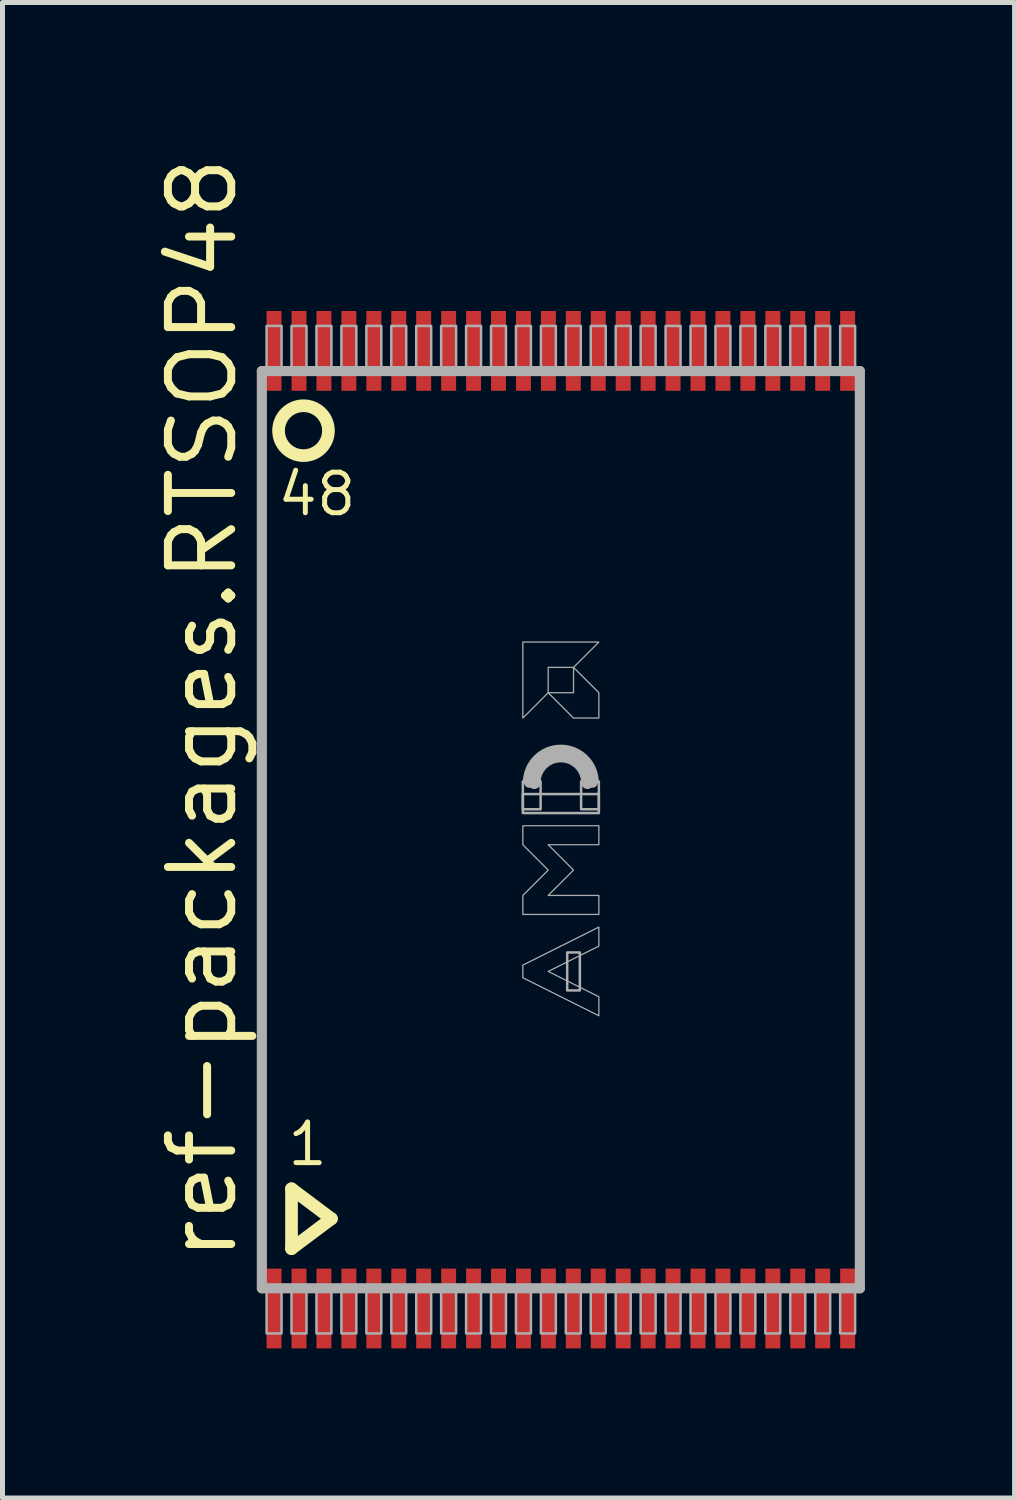
<source format=kicad_pcb>
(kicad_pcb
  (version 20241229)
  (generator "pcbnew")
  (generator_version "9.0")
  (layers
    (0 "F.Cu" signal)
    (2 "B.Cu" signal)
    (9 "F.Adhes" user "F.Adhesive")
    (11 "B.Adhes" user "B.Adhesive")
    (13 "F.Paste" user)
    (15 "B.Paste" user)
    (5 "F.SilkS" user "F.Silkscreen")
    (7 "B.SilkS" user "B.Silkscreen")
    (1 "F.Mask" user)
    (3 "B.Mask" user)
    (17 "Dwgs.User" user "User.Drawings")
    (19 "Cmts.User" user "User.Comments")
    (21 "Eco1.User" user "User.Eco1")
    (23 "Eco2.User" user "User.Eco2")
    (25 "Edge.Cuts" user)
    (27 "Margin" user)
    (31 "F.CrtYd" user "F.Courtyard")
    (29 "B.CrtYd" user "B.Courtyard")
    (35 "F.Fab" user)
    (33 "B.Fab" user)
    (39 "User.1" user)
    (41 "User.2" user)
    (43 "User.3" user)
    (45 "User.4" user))
  (footprint "ref-packages.RTSOP48"
    (layer "F.Cu")
    (at 8.195 13.585)
    (property "Reference" "ref-packages.RTSOP48" (at -6.445 8.715 90) (layer "F.SilkS") (effects (font (size 1.27 1.27) (thickness 0.16)) (justify left bottom)))
    (attr smd)
    (fp_line (start -5.4 7.2) (end -4.6 7.8) (stroke (width 0.254) (type default)) (layer "F.SilkS"))
    (fp_line (start -5.4 8.4) (end -5.4 7.2) (stroke (width 0.254) (type default)) (layer "F.SilkS"))
    (fp_line (start -4.6 7.8) (end -5.4 8.4) (stroke (width 0.254) (type default)) (layer "F.SilkS"))
    (fp_circle (center -5.16 -8) (end -4.66 -8) (stroke (width 0.254) (type default)) (fill no) (layer "F.SilkS"))
    (fp_line (start -5.995 -9.195) (end 5.995 -9.195) (stroke (width 0.203) (type default)) (layer "F.Fab"))
    (fp_line (start -5.995 9.195) (end -5.995 -9.195) (stroke (width 0.203) (type default)) (layer "F.Fab"))
    (fp_line (start 5.995 -9.195) (end 5.995 9.195) (stroke (width 0.203) (type default)) (layer "F.Fab"))
    (fp_line (start 5.995 9.195) (end -5.995 9.195) (stroke (width 0.203) (type default)) (layer "F.Fab"))
    (fp_rect (start -5.9 -9.25) (end -5.6 -10.1) (stroke (width 0.05) (type default)) (fill no) (layer "F.Fab"))
    (fp_rect (start -5.9 10.1) (end -5.6 9.25) (stroke (width 0.05) (type default)) (fill no) (layer "F.Fab"))
    (fp_rect (start -5.4 -9.25) (end -5.1 -10.1) (stroke (width 0.05) (type default)) (fill no) (layer "F.Fab"))
    (fp_rect (start -5.4 10.1) (end -5.1 9.25) (stroke (width 0.05) (type default)) (fill no) (layer "F.Fab"))
    (fp_rect (start -4.9 -9.25) (end -4.6 -10.1) (stroke (width 0.05) (type default)) (fill no) (layer "F.Fab"))
    (fp_rect (start -4.9 10.1) (end -4.6 9.25) (stroke (width 0.05) (type default)) (fill no) (layer "F.Fab"))
    (fp_rect (start -4.4 -9.25) (end -4.1 -10.1) (stroke (width 0.05) (type default)) (fill no) (layer "F.Fab"))
    (fp_rect (start -4.4 10.1) (end -4.1 9.25) (stroke (width 0.05) (type default)) (fill no) (layer "F.Fab"))
    (fp_rect (start -3.9 -9.25) (end -3.6 -10.1) (stroke (width 0.05) (type default)) (fill no) (layer "F.Fab"))
    (fp_rect (start -3.9 10.1) (end -3.6 9.25) (stroke (width 0.05) (type default)) (fill no) (layer "F.Fab"))
    (fp_rect (start -3.4 -9.25) (end -3.1 -10.1) (stroke (width 0.05) (type default)) (fill no) (layer "F.Fab"))
    (fp_rect (start -3.4 10.1) (end -3.1 9.25) (stroke (width 0.05) (type default)) (fill no) (layer "F.Fab"))
    (fp_rect (start -2.9 -9.25) (end -2.6 -10.1) (stroke (width 0.05) (type default)) (fill no) (layer "F.Fab"))
    (fp_rect (start -2.9 10.1) (end -2.6 9.25) (stroke (width 0.05) (type default)) (fill no) (layer "F.Fab"))
    (fp_rect (start -2.4 -9.25) (end -2.1 -10.1) (stroke (width 0.05) (type default)) (fill no) (layer "F.Fab"))
    (fp_rect (start -2.4 10.1) (end -2.1 9.25) (stroke (width 0.05) (type default)) (fill no) (layer "F.Fab"))
    (fp_rect (start -1.9 -9.25) (end -1.6 -10.1) (stroke (width 0.05) (type default)) (fill no) (layer "F.Fab"))
    (fp_rect (start -1.9 10.1) (end -1.6 9.25) (stroke (width 0.05) (type default)) (fill no) (layer "F.Fab"))
    (fp_rect (start -1.4 -9.25) (end -1.1 -10.1) (stroke (width 0.05) (type default)) (fill no) (layer "F.Fab"))
    (fp_rect (start -1.4 10.1) (end -1.1 9.25) (stroke (width 0.05) (type default)) (fill no) (layer "F.Fab"))
    (fp_rect (start -0.9 -9.25) (end -0.6 -10.1) (stroke (width 0.05) (type default)) (fill no) (layer "F.Fab"))
    (fp_rect (start -0.9 10.1) (end -0.6 9.25) (stroke (width 0.05) (type default)) (fill no) (layer "F.Fab"))
    (fp_rect (start -0.762 -0.409) (end -0.406 -0.968) (stroke (width 0.05) (type default)) (fill no) (layer "F.Fab"))
    (fp_rect (start -0.762 -0.333) (end 0.762 -0.714) (stroke (width 0.05) (type default)) (fill no) (layer "F.Fab"))
    (fp_rect (start -0.4 -9.25) (end -0.1 -10.1) (stroke (width 0.05) (type default)) (fill no) (layer "F.Fab"))
    (fp_rect (start -0.4 10.1) (end -0.1 9.25) (stroke (width 0.05) (type default)) (fill no) (layer "F.Fab"))
    (fp_rect (start 0.1 -9.25) (end 0.4 -10.1) (stroke (width 0.05) (type default)) (fill no) (layer "F.Fab"))
    (fp_rect (start 0.1 10.1) (end 0.4 9.25) (stroke (width 0.05) (type default)) (fill no) (layer "F.Fab"))
    (fp_rect (start 0.127 3.223) (end 0.381 2.461) (stroke (width 0.05) (type default)) (fill no) (layer "F.Fab"))
    (fp_rect (start 0.406 -0.409) (end 0.762 -0.968) (stroke (width 0.05) (type default)) (fill no) (layer "F.Fab"))
    (fp_rect (start 0.6 -9.25) (end 0.9 -10.1) (stroke (width 0.05) (type default)) (fill no) (layer "F.Fab"))
    (fp_rect (start 0.6 10.1) (end 0.9 9.25) (stroke (width 0.05) (type default)) (fill no) (layer "F.Fab"))
    (fp_rect (start 1.1 -9.25) (end 1.4 -10.1) (stroke (width 0.05) (type default)) (fill no) (layer "F.Fab"))
    (fp_rect (start 1.1 10.1) (end 1.4 9.25) (stroke (width 0.05) (type default)) (fill no) (layer "F.Fab"))
    (fp_rect (start 1.6 -9.25) (end 1.9 -10.1) (stroke (width 0.05) (type default)) (fill no) (layer "F.Fab"))
    (fp_rect (start 1.6 10.1) (end 1.9 9.25) (stroke (width 0.05) (type default)) (fill no) (layer "F.Fab"))
    (fp_rect (start 2.1 -9.25) (end 2.4 -10.1) (stroke (width 0.05) (type default)) (fill no) (layer "F.Fab"))
    (fp_rect (start 2.1 10.1) (end 2.4 9.25) (stroke (width 0.05) (type default)) (fill no) (layer "F.Fab"))
    (fp_rect (start 2.6 -9.25) (end 2.9 -10.1) (stroke (width 0.05) (type default)) (fill no) (layer "F.Fab"))
    (fp_rect (start 2.6 10.1) (end 2.9 9.25) (stroke (width 0.05) (type default)) (fill no) (layer "F.Fab"))
    (fp_rect (start 3.1 -9.25) (end 3.4 -10.1) (stroke (width 0.05) (type default)) (fill no) (layer "F.Fab"))
    (fp_rect (start 3.1 10.1) (end 3.4 9.25) (stroke (width 0.05) (type default)) (fill no) (layer "F.Fab"))
    (fp_rect (start 3.6 -9.25) (end 3.9 -10.1) (stroke (width 0.05) (type default)) (fill no) (layer "F.Fab"))
    (fp_rect (start 3.6 10.1) (end 3.9 9.25) (stroke (width 0.05) (type default)) (fill no) (layer "F.Fab"))
    (fp_rect (start 4.1 -9.25) (end 4.4 -10.1) (stroke (width 0.05) (type default)) (fill no) (layer "F.Fab"))
    (fp_rect (start 4.1 10.1) (end 4.4 9.25) (stroke (width 0.05) (type default)) (fill no) (layer "F.Fab"))
    (fp_rect (start 4.6 -9.25) (end 4.9 -10.1) (stroke (width 0.05) (type default)) (fill no) (layer "F.Fab"))
    (fp_rect (start 4.6 10.1) (end 4.9 9.25) (stroke (width 0.05) (type default)) (fill no) (layer "F.Fab"))
    (fp_rect (start 5.1 -9.25) (end 5.4 -10.1) (stroke (width 0.05) (type default)) (fill no) (layer "F.Fab"))
    (fp_rect (start 5.1 10.1) (end 5.4 9.25) (stroke (width 0.05) (type default)) (fill no) (layer "F.Fab"))
    (fp_rect (start 5.6 -9.25) (end 5.9 -10.1) (stroke (width 0.05) (type default)) (fill no) (layer "F.Fab"))
    (fp_rect (start 5.6 10.1) (end 5.9 9.25) (stroke (width 0.05) (type default)) (fill no) (layer "F.Fab"))
    (fp_arc (start -0.7366 -0.9426) (mid 0 -1.6792) (end 0.7366 -0.9426) (stroke (width 0.0508) (type default)) (layer "F.Fab"))
    (fp_arc (start -0.635 -0.9426) (mid 0 -1.5776) (end 0.635 -0.9426) (stroke (width 0.2032) (type default)) (layer "F.Fab"))
    (fp_arc (start -0.5334 -0.9426) (mid 0 -1.476) (end 0.5334 -0.9426) (stroke (width 0.254) (type default)) (layer "F.Fab"))
    (fp_poly (pts (xy -0.762 -2.238) (xy -0.762 -3.762) (xy 0.762 -3.762) (xy 0.254 -3.254) (xy -0.254 -3.254) (xy -0.254 -2.746)) (stroke (width 0.025) (type default)) (fill no) (layer "F.Fab"))
    (fp_poly (pts (xy -0.254 -2.746) (xy 0.254 -2.238) (xy 0.762 -2.238) (xy 0.762 -2.746) (xy 0.254 -3.254) (xy 0.254 -2.746)) (stroke (width 0.025) (type default)) (fill no) (layer "F.Fab"))
    (fp_poly (pts (xy 0.762 3.731) (xy -0.762 2.969) (xy -0.762 2.715) (xy 0.762 1.953) (xy 0.762 2.334) (xy -0.254 2.842) (xy 0.762 3.35)) (stroke (width 0.025) (type default)) (fill no) (layer "F.Fab"))
    (fp_poly (pts (xy 0.762 1.699) (xy -0.762 1.699) (xy -0.762 1.318) (xy -0.254 0.81) (xy -0.762 0.302) (xy -0.762 -0.079) (xy 0.762 -0.079) (xy 0.762 0.302) (xy -0.254 0.302) (xy 0.254 0.81) (xy -0.254 1.318) (xy 0.762 1.318)) (stroke (width 0.025) (type default)) (fill no) (layer "F.Fab"))
    (fp_text user "1" (at -5.531 6.78 0) (layer "F.SilkS") (effects (font (size 0.813 0.813) (thickness 0.1)) (justify left bottom)))
    (fp_text user "48" (at -5.731 -6.25 0) (layer "F.SilkS") (effects (font (size 0.813 0.813) (thickness 0.1)) (justify left bottom)))
    (pad "1" smd roundrect (at -5.75 9.6) (size 0.3 1.6) (layers "F.Cu" "F.Mask" "F.Paste") (roundrect_rratio 0.01))
    (pad "2" smd roundrect (at -5.25 9.6) (size 0.3 1.6) (layers "F.Cu" "F.Mask" "F.Paste") (roundrect_rratio 0.01))
    (pad "3" smd roundrect (at -4.75 9.6) (size 0.3 1.6) (layers "F.Cu" "F.Mask" "F.Paste") (roundrect_rratio 0.01))
    (pad "4" smd roundrect (at -4.25 9.6) (size 0.3 1.6) (layers "F.Cu" "F.Mask" "F.Paste") (roundrect_rratio 0.01))
    (pad "5" smd roundrect (at -3.75 9.6) (size 0.3 1.6) (layers "F.Cu" "F.Mask" "F.Paste") (roundrect_rratio 0.01))
    (pad "6" smd roundrect (at -3.25 9.6) (size 0.3 1.6) (layers "F.Cu" "F.Mask" "F.Paste") (roundrect_rratio 0.01))
    (pad "7" smd roundrect (at -2.75 9.6) (size 0.3 1.6) (layers "F.Cu" "F.Mask" "F.Paste") (roundrect_rratio 0.01))
    (pad "8" smd roundrect (at -2.25 9.6) (size 0.3 1.6) (layers "F.Cu" "F.Mask" "F.Paste") (roundrect_rratio 0.01))
    (pad "9" smd roundrect (at -1.75 9.6) (size 0.3 1.6) (layers "F.Cu" "F.Mask" "F.Paste") (roundrect_rratio 0.01))
    (pad "10" smd roundrect (at -1.25 9.6) (size 0.3 1.6) (layers "F.Cu" "F.Mask" "F.Paste") (roundrect_rratio 0.01))
    (pad "11" smd roundrect (at -0.75 9.6) (size 0.3 1.6) (layers "F.Cu" "F.Mask" "F.Paste") (roundrect_rratio 0.01))
    (pad "12" smd roundrect (at -0.25 9.6) (size 0.3 1.6) (layers "F.Cu" "F.Mask" "F.Paste") (roundrect_rratio 0.01))
    (pad "13" smd roundrect (at 0.25 9.6) (size 0.3 1.6) (layers "F.Cu" "F.Mask" "F.Paste") (roundrect_rratio 0.01))
    (pad "14" smd roundrect (at 0.75 9.6) (size 0.3 1.6) (layers "F.Cu" "F.Mask" "F.Paste") (roundrect_rratio 0.01))
    (pad "15" smd roundrect (at 1.25 9.6) (size 0.3 1.6) (layers "F.Cu" "F.Mask" "F.Paste") (roundrect_rratio 0.01))
    (pad "16" smd roundrect (at 1.75 9.6) (size 0.3 1.6) (layers "F.Cu" "F.Mask" "F.Paste") (roundrect_rratio 0.01))
    (pad "17" smd roundrect (at 2.25 9.6) (size 0.3 1.6) (layers "F.Cu" "F.Mask" "F.Paste") (roundrect_rratio 0.01))
    (pad "18" smd roundrect (at 2.75 9.6) (size 0.3 1.6) (layers "F.Cu" "F.Mask" "F.Paste") (roundrect_rratio 0.01))
    (pad "19" smd roundrect (at 3.25 9.6) (size 0.3 1.6) (layers "F.Cu" "F.Mask" "F.Paste") (roundrect_rratio 0.01))
    (pad "20" smd roundrect (at 3.75 9.6) (size 0.3 1.6) (layers "F.Cu" "F.Mask" "F.Paste") (roundrect_rratio 0.01))
    (pad "21" smd roundrect (at 4.25 9.6) (size 0.3 1.6) (layers "F.Cu" "F.Mask" "F.Paste") (roundrect_rratio 0.01))
    (pad "22" smd roundrect (at 4.75 9.6) (size 0.3 1.6) (layers "F.Cu" "F.Mask" "F.Paste") (roundrect_rratio 0.01))
    (pad "23" smd roundrect (at 5.25 9.6) (size 0.3 1.6) (layers "F.Cu" "F.Mask" "F.Paste") (roundrect_rratio 0.01))
    (pad "24" smd roundrect (at 5.75 9.6) (size 0.3 1.6) (layers "F.Cu" "F.Mask" "F.Paste") (roundrect_rratio 0.01))
    (pad "25" smd roundrect (at 5.75 -9.6) (size 0.3 1.6) (layers "F.Cu" "F.Mask" "F.Paste") (roundrect_rratio 0.01))
    (pad "26" smd roundrect (at 5.25 -9.6) (size 0.3 1.6) (layers "F.Cu" "F.Mask" "F.Paste") (roundrect_rratio 0.01))
    (pad "27" smd roundrect (at 4.75 -9.6) (size 0.3 1.6) (layers "F.Cu" "F.Mask" "F.Paste") (roundrect_rratio 0.01))
    (pad "28" smd roundrect (at 4.25 -9.6) (size 0.3 1.6) (layers "F.Cu" "F.Mask" "F.Paste") (roundrect_rratio 0.01))
    (pad "29" smd roundrect (at 3.75 -9.6) (size 0.3 1.6) (layers "F.Cu" "F.Mask" "F.Paste") (roundrect_rratio 0.01))
    (pad "30" smd roundrect (at 3.25 -9.6) (size 0.3 1.6) (layers "F.Cu" "F.Mask" "F.Paste") (roundrect_rratio 0.01))
    (pad "31" smd roundrect (at 2.75 -9.6) (size 0.3 1.6) (layers "F.Cu" "F.Mask" "F.Paste") (roundrect_rratio 0.01))
    (pad "32" smd roundrect (at 2.25 -9.6) (size 0.3 1.6) (layers "F.Cu" "F.Mask" "F.Paste") (roundrect_rratio 0.01))
    (pad "33" smd roundrect (at 1.75 -9.6) (size 0.3 1.6) (layers "F.Cu" "F.Mask" "F.Paste") (roundrect_rratio 0.01))
    (pad "34" smd roundrect (at 1.25 -9.6) (size 0.3 1.6) (layers "F.Cu" "F.Mask" "F.Paste") (roundrect_rratio 0.01))
    (pad "35" smd roundrect (at 0.75 -9.6) (size 0.3 1.6) (layers "F.Cu" "F.Mask" "F.Paste") (roundrect_rratio 0.01))
    (pad "36" smd roundrect (at 0.25 -9.6) (size 0.3 1.6) (layers "F.Cu" "F.Mask" "F.Paste") (roundrect_rratio 0.01))
    (pad "37" smd roundrect (at -0.25 -9.6) (size 0.3 1.6) (layers "F.Cu" "F.Mask" "F.Paste") (roundrect_rratio 0.01))
    (pad "38" smd roundrect (at -0.75 -9.6) (size 0.3 1.6) (layers "F.Cu" "F.Mask" "F.Paste") (roundrect_rratio 0.01))
    (pad "39" smd roundrect (at -1.25 -9.6) (size 0.3 1.6) (layers "F.Cu" "F.Mask" "F.Paste") (roundrect_rratio 0.01))
    (pad "40" smd roundrect (at -1.75 -9.6) (size 0.3 1.6) (layers "F.Cu" "F.Mask" "F.Paste") (roundrect_rratio 0.01))
    (pad "41" smd roundrect (at -2.25 -9.6) (size 0.3 1.6) (layers "F.Cu" "F.Mask" "F.Paste") (roundrect_rratio 0.01))
    (pad "42" smd roundrect (at -2.75 -9.6) (size 0.3 1.6) (layers "F.Cu" "F.Mask" "F.Paste") (roundrect_rratio 0.01))
    (pad "43" smd roundrect (at -3.25 -9.6) (size 0.3 1.6) (layers "F.Cu" "F.Mask" "F.Paste") (roundrect_rratio 0.01))
    (pad "44" smd roundrect (at -3.75 -9.6) (size 0.3 1.6) (layers "F.Cu" "F.Mask" "F.Paste") (roundrect_rratio 0.01))
    (pad "45" smd roundrect (at -4.25 -9.6) (size 0.3 1.6) (layers "F.Cu" "F.Mask" "F.Paste") (roundrect_rratio 0.01))
    (pad "46" smd roundrect (at -4.75 -9.6) (size 0.3 1.6) (layers "F.Cu" "F.Mask" "F.Paste") (roundrect_rratio 0.01))
    (pad "47" smd roundrect (at -5.25 -9.6) (size 0.3 1.6) (layers "F.Cu" "F.Mask" "F.Paste") (roundrect_rratio 0.01))
    (pad "48" smd roundrect (at -5.75 -9.6) (size 0.3 1.6) (layers "F.Cu" "F.Mask" "F.Paste") (roundrect_rratio 0.01)))
  (gr_rect
    (start -3 -3)
    (end 17.292 26.985)
    (stroke (width 0.1) (type default))
    (fill no)
    (layer "Edge.Cuts")))
</source>
